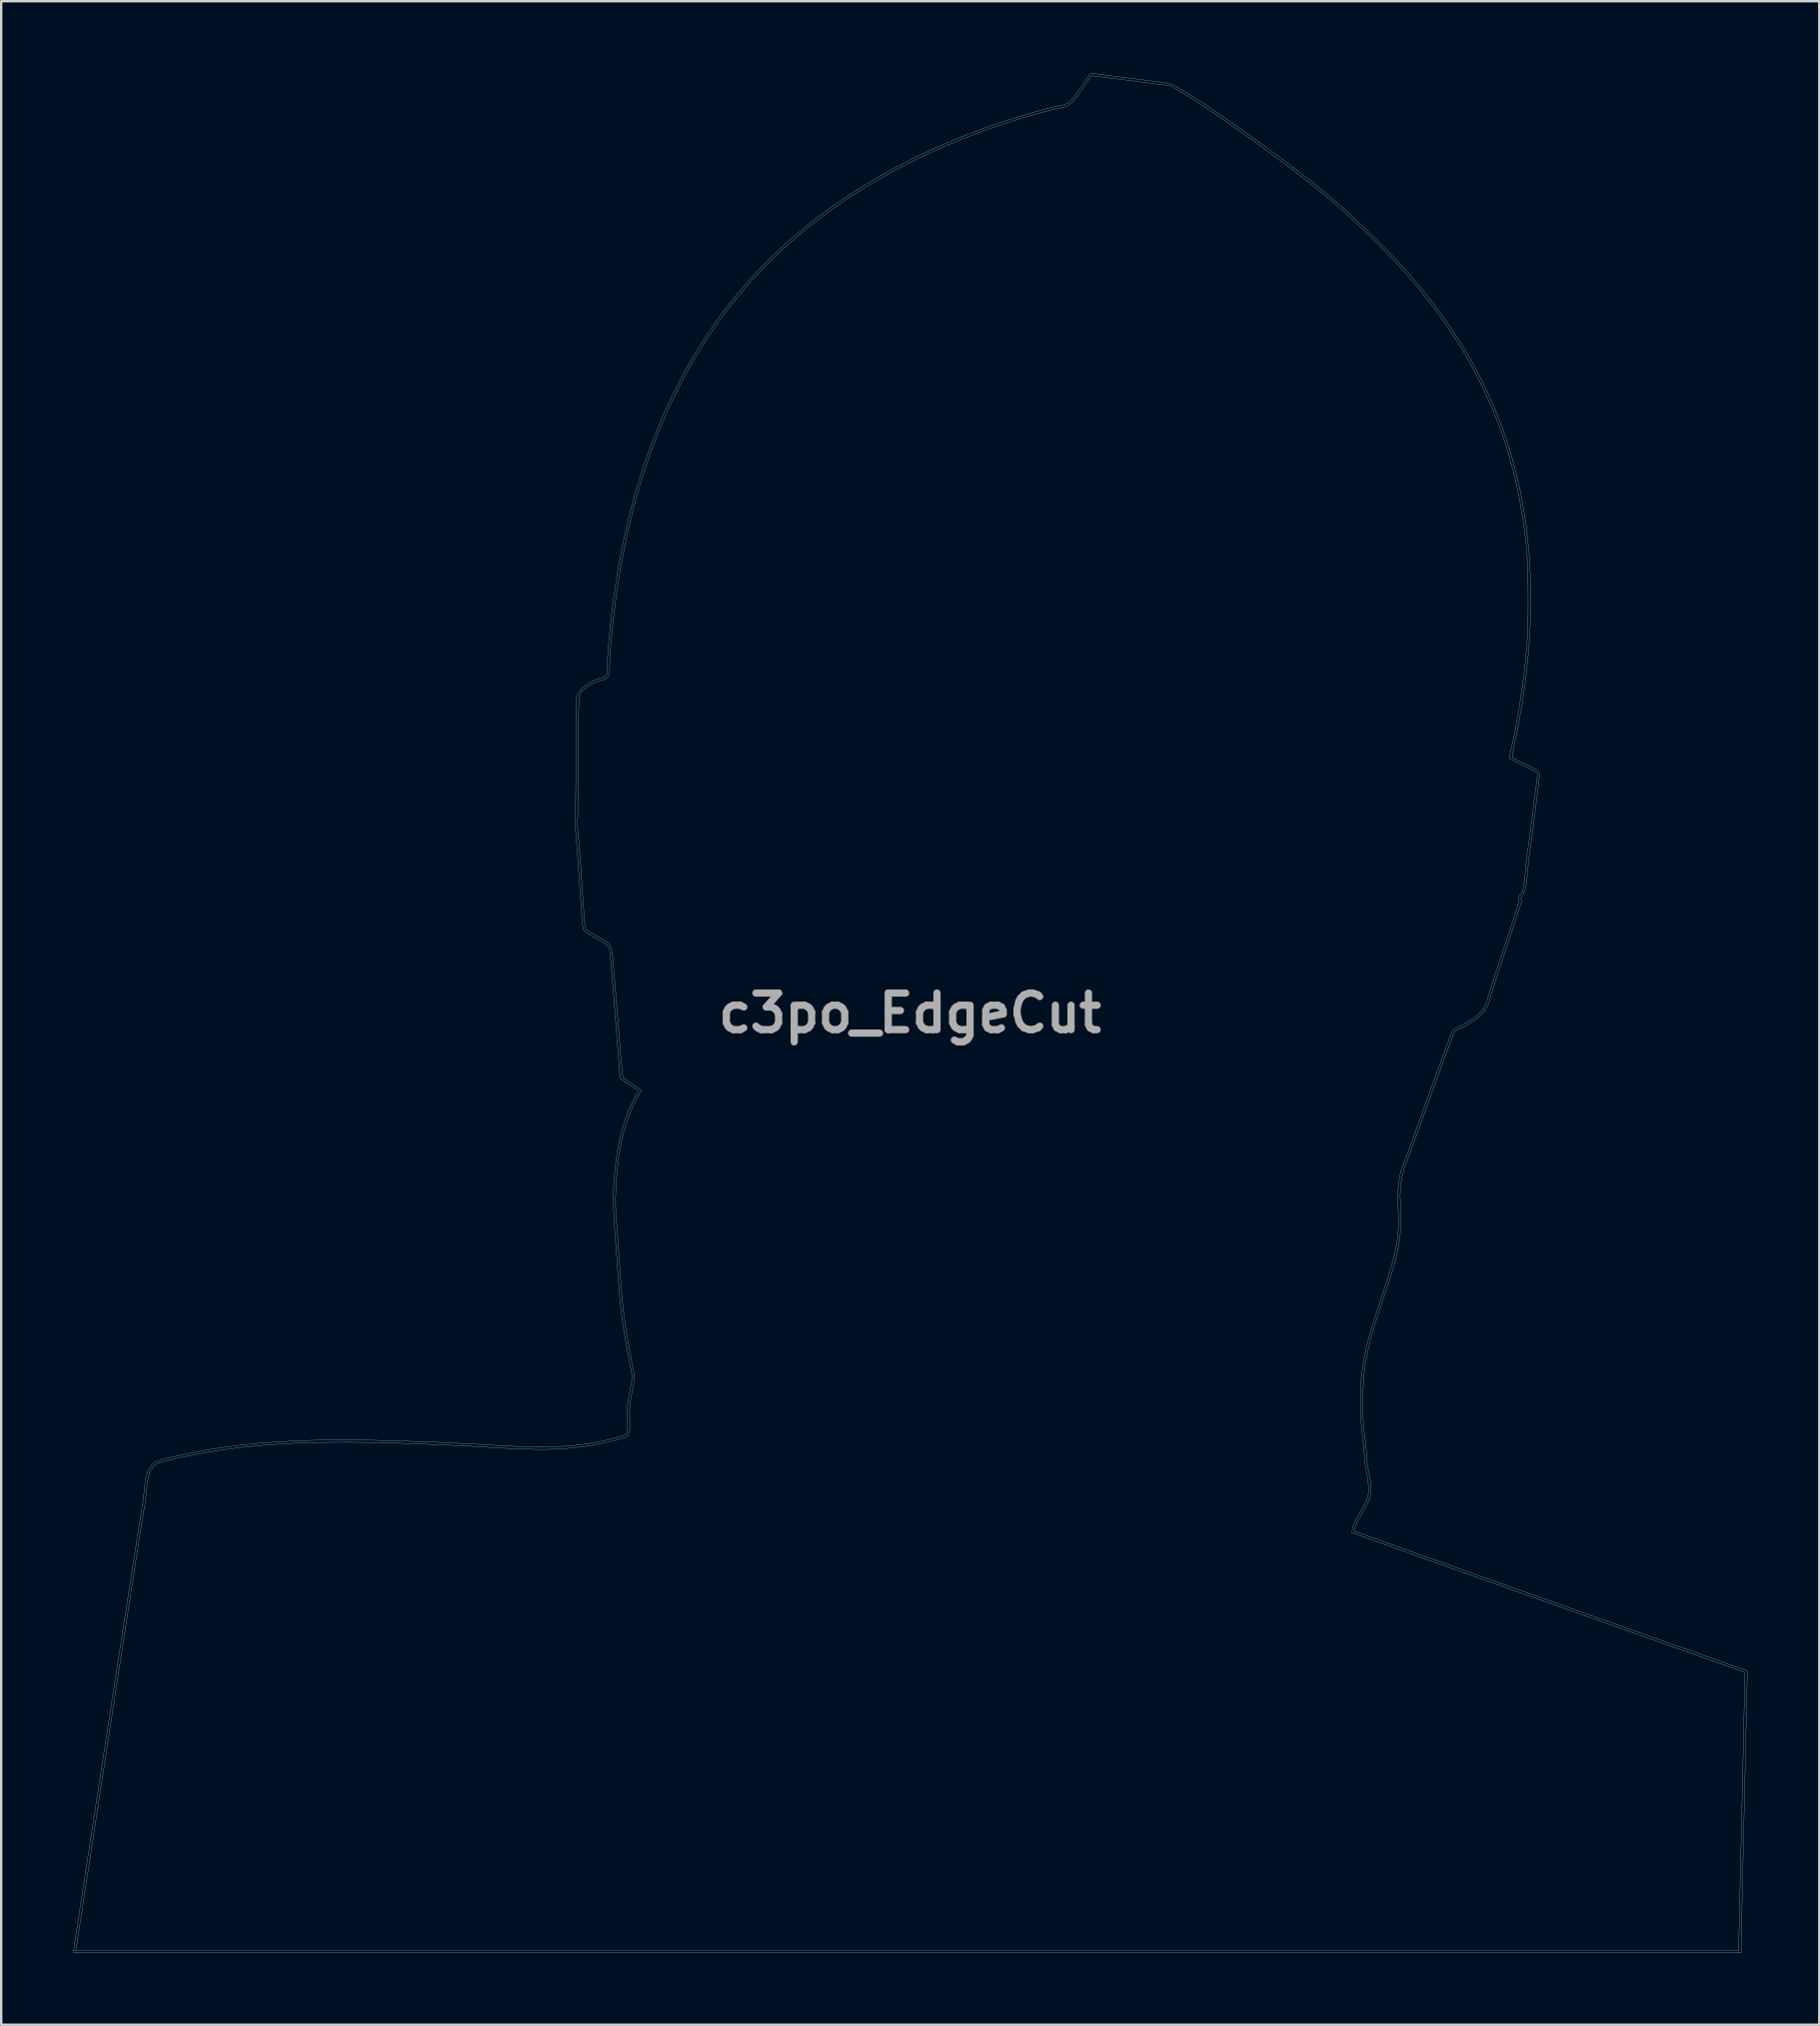
<source format=kicad_pcb>
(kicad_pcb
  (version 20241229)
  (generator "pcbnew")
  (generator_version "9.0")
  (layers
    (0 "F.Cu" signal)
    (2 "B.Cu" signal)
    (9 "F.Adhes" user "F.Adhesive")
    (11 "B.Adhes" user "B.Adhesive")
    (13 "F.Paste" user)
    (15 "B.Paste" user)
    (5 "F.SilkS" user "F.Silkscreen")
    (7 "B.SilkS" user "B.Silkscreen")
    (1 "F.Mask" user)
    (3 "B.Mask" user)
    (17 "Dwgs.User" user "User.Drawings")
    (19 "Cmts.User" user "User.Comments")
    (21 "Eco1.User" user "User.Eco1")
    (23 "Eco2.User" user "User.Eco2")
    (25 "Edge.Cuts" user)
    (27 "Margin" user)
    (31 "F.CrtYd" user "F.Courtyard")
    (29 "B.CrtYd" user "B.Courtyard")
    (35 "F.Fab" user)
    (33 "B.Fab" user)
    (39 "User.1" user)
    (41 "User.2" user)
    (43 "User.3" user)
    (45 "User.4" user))
  (footprint "c3po_EdgeCut"
    (layer "F.Cu")
    (at 34.885 39.18)
    (property "Reference" "c3po_EdgeCut" (at 0 0 0) (layer "F.Fab") (effects (font (size 1.524 1.524) (thickness 0.3))))
    (attr through_hole)
    (fp_poly (pts (xy 8.39 -39.068) (xy 8.644 -39.035) (xy 8.928 -39) (xy 9.225 -38.962) (xy 9.521 -38.925) (xy 9.798 -38.89) (xy 10.033 -38.861) (xy 10.257 -38.833) (xy 10.439 -38.81) (xy 10.586 -38.789) (xy 10.707 -38.768) (xy 10.809 -38.744) (xy 10.9 -38.715) (xy 10.988 -38.678) (xy 11.082 -38.631) (xy 11.188 -38.57) (xy 11.315 -38.495) (xy 11.468 -38.403) (xy 11.637 -38.301) (xy 11.802 -38.199) (xy 11.967 -38.096) (xy 12.135 -37.988) (xy 12.311 -37.873) (xy 12.499 -37.747) (xy 12.702 -37.609) (xy 12.925 -37.456) (xy 13.171 -37.284) (xy 13.445 -37.091) (xy 13.751 -36.876) (xy 14.092 -36.633) (xy 14.237 -36.53) (xy 14.812 -36.117) (xy 15.348 -35.726) (xy 15.848 -35.352) (xy 16.318 -34.993) (xy 16.761 -34.644) (xy 17.183 -34.302) (xy 17.587 -33.964) (xy 17.978 -33.625) (xy 18.361 -33.281) (xy 18.739 -32.931) (xy 19.118 -32.568) (xy 19.502 -32.191) (xy 19.547 -32.145) (xy 19.813 -31.878) (xy 20.048 -31.639) (xy 20.259 -31.42) (xy 20.452 -31.214) (xy 20.633 -31.016) (xy 20.809 -30.816) (xy 20.987 -30.61) (xy 21.172 -30.389) (xy 21.223 -30.328) (xy 21.861 -29.523) (xy 22.449 -28.71) (xy 22.989 -27.888) (xy 23.48 -27.053) (xy 23.923 -26.206) (xy 24.319 -25.345) (xy 24.67 -24.467) (xy 24.974 -23.572) (xy 25.234 -22.657) (xy 25.45 -21.722) (xy 25.622 -20.764) (xy 25.703 -20.193) (xy 25.805 -19.216) (xy 25.864 -18.216) (xy 25.881 -17.194) (xy 25.856 -16.154) (xy 25.789 -15.101) (xy 25.681 -14.036) (xy 25.531 -12.964) (xy 25.339 -11.888) (xy 25.231 -11.363) (xy 25.196 -11.196) (xy 25.165 -11.042) (xy 25.139 -10.908) (xy 25.121 -10.803) (xy 25.111 -10.736) (xy 25.11 -10.722) (xy 25.108 -10.636) (xy 25.527 -10.442) (xy 25.718 -10.351) (xy 25.872 -10.273) (xy 25.997 -10.203) (xy 26.104 -10.135) (xy 26.202 -10.063) (xy 26.218 -10.05) (xy 26.227 -10.041) (xy 26.233 -10.025) (xy 26.237 -9.999) (xy 26.238 -9.959) (xy 26.236 -9.902) (xy 26.23 -9.823) (xy 26.22 -9.719) (xy 26.205 -9.585) (xy 26.186 -9.419) (xy 26.161 -9.216) (xy 26.131 -8.972) (xy 26.095 -8.684) (xy 26.072 -8.494) (xy 26.037 -8.215) (xy 26.002 -7.946) (xy 25.97 -7.692) (xy 25.939 -7.459) (xy 25.912 -7.25) (xy 25.888 -7.072) (xy 25.868 -6.93) (xy 25.853 -6.828) (xy 25.845 -6.776) (xy 25.83 -6.684) (xy 25.813 -6.554) (xy 25.795 -6.4) (xy 25.779 -6.236) (xy 25.769 -6.128) (xy 25.746 -5.871) (xy 25.726 -5.658) (xy 25.706 -5.485) (xy 25.687 -5.344) (xy 25.666 -5.231) (xy 25.643 -5.139) (xy 25.617 -5.063) (xy 25.586 -4.997) (xy 25.549 -4.934) (xy 25.536 -4.914) (xy 25.487 -4.838) (xy 25.465 -4.792) (xy 25.465 -4.764) (xy 25.484 -4.743) (xy 25.485 -4.743) (xy 25.491 -4.734) (xy 25.494 -4.717) (xy 25.492 -4.689) (xy 25.484 -4.648) (xy 25.47 -4.589) (xy 25.448 -4.51) (xy 25.417 -4.408) (xy 25.377 -4.28) (xy 25.327 -4.123) (xy 25.266 -3.934) (xy 25.192 -3.71) (xy 25.105 -3.447) (xy 25.004 -3.143) (xy 24.888 -2.795) (xy 24.854 -2.692) (xy 24.751 -2.384) (xy 24.653 -2.088) (xy 24.561 -1.809) (xy 24.477 -1.551) (xy 24.4 -1.317) (xy 24.333 -1.11) (xy 24.277 -0.935) (xy 24.232 -0.795) (xy 24.201 -0.693) (xy 24.184 -0.634) (xy 24.181 -0.62) (xy 24.162 -0.505) (xy 24.11 -0.369) (xy 24.032 -0.223) (xy 23.934 -0.076) (xy 23.822 0.059) (xy 23.717 0.161) (xy 23.573 0.273) (xy 23.396 0.391) (xy 23.204 0.507) (xy 23.01 0.61) (xy 22.93 0.648) (xy 22.71 0.749) (xy 22.469 1.384) (xy 22.396 1.576) (xy 22.327 1.759) (xy 22.26 1.939) (xy 22.192 2.12) (xy 22.123 2.307) (xy 22.051 2.505) (xy 21.973 2.719) (xy 21.888 2.953) (xy 21.794 3.214) (xy 21.689 3.505) (xy 21.572 3.831) (xy 21.441 4.197) (xy 21.361 4.42) (xy 21.265 4.687) (xy 21.171 4.947) (xy 21.081 5.194) (xy 20.997 5.425) (xy 20.92 5.632) (xy 20.853 5.812) (xy 20.798 5.958) (xy 20.756 6.066) (xy 20.733 6.121) (xy 20.599 6.483) (xy 20.504 6.847) (xy 20.449 7.224) (xy 20.431 7.621) (xy 20.447 8.011) (xy 20.468 8.455) (xy 20.461 8.886) (xy 20.425 9.314) (xy 20.358 9.751) (xy 20.261 10.206) (xy 20.151 10.617) (xy 20.117 10.734) (xy 20.068 10.89) (xy 20.009 11.077) (xy 19.941 11.287) (xy 19.868 11.511) (xy 19.791 11.741) (xy 19.721 11.951) (xy 19.573 12.393) (xy 19.444 12.794) (xy 19.331 13.159) (xy 19.234 13.493) (xy 19.152 13.804) (xy 19.083 14.095) (xy 19.026 14.372) (xy 18.981 14.642) (xy 18.945 14.91) (xy 18.918 15.181) (xy 18.899 15.462) (xy 18.886 15.756) (xy 18.88 15.983) (xy 18.876 16.307) (xy 18.877 16.594) (xy 18.886 16.858) (xy 18.902 17.111) (xy 18.926 17.368) (xy 18.958 17.642) (xy 18.976 17.771) (xy 18.996 17.936) (xy 19.014 18.116) (xy 19.028 18.29) (xy 19.035 18.431) (xy 19.054 18.687) (xy 19.095 18.976) (xy 19.123 19.128) (xy 19.17 19.38) (xy 19.203 19.592) (xy 19.221 19.773) (xy 19.221 19.934) (xy 19.202 20.082) (xy 19.164 20.228) (xy 19.103 20.381) (xy 19.018 20.551) (xy 18.909 20.746) (xy 18.824 20.889) (xy 18.708 21.093) (xy 18.623 21.263) (xy 18.567 21.402) (xy 18.539 21.514) (xy 18.538 21.523) (xy 18.529 21.595) (xy 19.266 21.861) (xy 19.619 21.988) (xy 19.984 22.119) (xy 20.363 22.255) (xy 20.758 22.396) (xy 21.171 22.544) (xy 21.604 22.699) (xy 22.06 22.861) (xy 22.54 23.032) (xy 23.045 23.212) (xy 23.58 23.402) (xy 24.144 23.603) (xy 24.74 23.814) (xy 25.371 24.038) (xy 26.037 24.275) (xy 26.742 24.525) (xy 27.487 24.789) (xy 28.275 25.068) (xy 29.106 25.362) (xy 29.845 25.624) (xy 30.209 25.753) (xy 30.589 25.887) (xy 30.979 26.026) (xy 31.371 26.165) (xy 31.76 26.302) (xy 32.137 26.436) (xy 32.496 26.563) (xy 32.83 26.682) (xy 33.133 26.789) (xy 33.397 26.883) (xy 33.484 26.913) (xy 34.9 27.416) (xy 34.9 27.621) (xy 34.899 27.666) (xy 34.897 27.759) (xy 34.894 27.898) (xy 34.891 28.081) (xy 34.886 28.305) (xy 34.88 28.567) (xy 34.873 28.865) (xy 34.866 29.197) (xy 34.858 29.561) (xy 34.849 29.953) (xy 34.839 30.372) (xy 34.829 30.814) (xy 34.819 31.279) (xy 34.808 31.762) (xy 34.796 32.262) (xy 34.784 32.776) (xy 34.773 33.274) (xy 34.76 33.8) (xy 34.748 34.313) (xy 34.737 34.813) (xy 34.726 35.296) (xy 34.715 35.76) (xy 34.705 36.202) (xy 34.696 36.621) (xy 34.687 37.012) (xy 34.679 37.375) (xy 34.671 37.707) (xy 34.665 38.005) (xy 34.659 38.267) (xy 34.654 38.49) (xy 34.651 38.671) (xy 34.648 38.81) (xy 34.646 38.902) (xy 34.646 38.945) (xy 34.646 39.167) (xy -34.88 39.167) (xy -34.869 39.091) (xy -34.778 39.091) (xy 34.544 39.091) (xy 34.544 39.022) (xy 34.545 38.99) (xy 34.546 38.91) (xy 34.549 38.784) (xy 34.553 38.614) (xy 34.558 38.402) (xy 34.563 38.152) (xy 34.57 37.865) (xy 34.577 37.544) (xy 34.585 37.19) (xy 34.594 36.807) (xy 34.604 36.397) (xy 34.614 35.962) (xy 34.624 35.504) (xy 34.635 35.027) (xy 34.647 34.531) (xy 34.659 34.02) (xy 34.671 33.495) (xy 34.672 33.465) (xy 34.684 32.937) (xy 34.696 32.421) (xy 34.707 31.919) (xy 34.718 31.433) (xy 34.729 30.966) (xy 34.738 30.52) (xy 34.748 30.098) (xy 34.756 29.702) (xy 34.764 29.335) (xy 34.771 29) (xy 34.777 28.697) (xy 34.782 28.431) (xy 34.786 28.204) (xy 34.789 28.017) (xy 34.791 27.874) (xy 34.792 27.776) (xy 34.792 27.728) (xy 34.785 27.477) (xy 33.718 27.098) (xy 33.54 27.035) (xy 33.319 26.956) (xy 33.06 26.865) (xy 32.769 26.761) (xy 32.451 26.648) (xy 32.111 26.528) (xy 31.753 26.401) (xy 31.384 26.27) (xy 31.009 26.137) (xy 30.632 26.004) (xy 30.259 25.872) (xy 30.137 25.829) (xy 29.231 25.508) (xy 28.356 25.198) (xy 27.513 24.899) (xy 26.701 24.611) (xy 25.923 24.335) (xy 25.179 24.071) (xy 24.469 23.819) (xy 23.794 23.579) (xy 23.156 23.352) (xy 22.554 23.138) (xy 21.99 22.937) (xy 21.464 22.75) (xy 20.977 22.576) (xy 20.531 22.417) (xy 20.124 22.272) (xy 19.76 22.141) (xy 19.437 22.025) (xy 19.157 21.925) (xy 18.921 21.84) (xy 18.73 21.77) (xy 18.584 21.716) (xy 18.483 21.679) (xy 18.429 21.658) (xy 18.42 21.654) (xy 18.422 21.628) (xy 18.433 21.565) (xy 18.451 21.48) (xy 18.452 21.476) (xy 18.48 21.376) (xy 18.519 21.269) (xy 18.573 21.149) (xy 18.646 21.008) (xy 18.742 20.838) (xy 18.842 20.667) (xy 18.937 20.505) (xy 19.007 20.374) (xy 19.055 20.263) (xy 19.086 20.16) (xy 19.103 20.053) (xy 19.11 19.931) (xy 19.11 19.812) (xy 19.104 19.646) (xy 19.088 19.478) (xy 19.059 19.291) (xy 19.026 19.113) (xy 18.971 18.792) (xy 18.941 18.512) (xy 18.937 18.415) (xy 18.929 18.276) (xy 18.916 18.108) (xy 18.899 17.929) (xy 18.879 17.761) (xy 18.876 17.742) (xy 18.83 17.364) (xy 18.798 17.009) (xy 18.78 16.659) (xy 18.775 16.296) (xy 18.779 15.951) (xy 18.786 15.713) (xy 18.794 15.513) (xy 18.803 15.339) (xy 18.817 15.179) (xy 18.834 15.019) (xy 18.858 14.849) (xy 18.888 14.654) (xy 18.913 14.503) (xy 18.949 14.296) (xy 18.991 14.088) (xy 19.04 13.873) (xy 19.097 13.646) (xy 19.164 13.402) (xy 19.241 13.135) (xy 19.332 12.839) (xy 19.437 12.51) (xy 19.558 12.141) (xy 19.621 11.951) (xy 19.761 11.528) (xy 19.883 11.147) (xy 19.989 10.805) (xy 20.08 10.495) (xy 20.156 10.214) (xy 20.219 9.955) (xy 20.269 9.716) (xy 20.307 9.49) (xy 20.335 9.274) (xy 20.353 9.061) (xy 20.363 8.848) (xy 20.364 8.629) (xy 20.36 8.4) (xy 20.356 8.306) (xy 20.344 7.959) (xy 20.341 7.656) (xy 20.347 7.388) (xy 20.363 7.149) (xy 20.39 6.932) (xy 20.428 6.729) (xy 20.48 6.534) (xy 20.546 6.338) (xy 20.626 6.136) (xy 20.634 6.118) (xy 20.663 6.046) (xy 20.707 5.931) (xy 20.764 5.778) (xy 20.833 5.594) (xy 20.911 5.382) (xy 20.996 5.148) (xy 21.087 4.898) (xy 21.182 4.636) (xy 21.259 4.42) (xy 21.458 3.866) (xy 21.644 3.349) (xy 21.817 2.871) (xy 21.977 2.432) (xy 22.122 2.035) (xy 22.253 1.681) (xy 22.368 1.372) (xy 22.468 1.109) (xy 22.474 1.092) (xy 22.625 0.699) (xy 22.99 0.507) (xy 23.176 0.408) (xy 23.325 0.325) (xy 23.445 0.251) (xy 23.546 0.18) (xy 23.635 0.107) (xy 23.723 0.026) (xy 23.75 -0.001) (xy 23.903 -0.19) (xy 24.018 -0.41) (xy 24.091 -0.648) (xy 24.105 -0.7) (xy 24.133 -0.796) (xy 24.176 -0.932) (xy 24.23 -1.104) (xy 24.296 -1.308) (xy 24.371 -1.539) (xy 24.454 -1.794) (xy 24.545 -2.069) (xy 24.641 -2.359) (xy 24.741 -2.66) (xy 24.764 -2.729) (xy 24.88 -3.078) (xy 24.981 -3.382) (xy 25.068 -3.645) (xy 25.142 -3.869) (xy 25.204 -4.057) (xy 25.254 -4.214) (xy 25.294 -4.343) (xy 25.325 -4.445) (xy 25.348 -4.526) (xy 25.363 -4.588) (xy 25.372 -4.634) (xy 25.376 -4.668) (xy 25.375 -4.692) (xy 25.371 -4.711) (xy 25.369 -4.716) (xy 25.355 -4.769) (xy 25.359 -4.813) (xy 25.389 -4.867) (xy 25.417 -4.908) (xy 25.468 -4.982) (xy 25.509 -5.047) (xy 25.523 -5.071) (xy 25.546 -5.139) (xy 25.571 -5.249) (xy 25.596 -5.396) (xy 25.619 -5.57) (xy 25.64 -5.764) (xy 25.653 -5.905) (xy 25.674 -6.162) (xy 25.695 -6.385) (xy 25.715 -6.571) (xy 25.735 -6.715) (xy 25.752 -6.814) (xy 25.756 -6.833) (xy 25.764 -6.873) (xy 25.776 -6.96) (xy 25.794 -7.087) (xy 25.817 -7.251) (xy 25.842 -7.447) (xy 25.872 -7.669) (xy 25.903 -7.914) (xy 25.937 -8.177) (xy 25.971 -8.445) (xy 26.162 -9.97) (xy 26.092 -10.027) (xy 26.006 -10.089) (xy 25.881 -10.162) (xy 25.714 -10.249) (xy 25.503 -10.351) (xy 25.369 -10.413) (xy 25.245 -10.471) (xy 25.138 -10.523) (xy 25.055 -10.566) (xy 25.005 -10.594) (xy 24.996 -10.601) (xy 24.989 -10.644) (xy 24.999 -10.73) (xy 25.021 -10.833) (xy 25.109 -11.22) (xy 25.198 -11.647) (xy 25.284 -12.103) (xy 25.367 -12.579) (xy 25.445 -13.063) (xy 25.517 -13.545) (xy 25.58 -14.014) (xy 25.632 -14.46) (xy 25.665 -14.783) (xy 25.688 -15.041) (xy 25.708 -15.267) (xy 25.724 -15.471) (xy 25.737 -15.66) (xy 25.747 -15.842) (xy 25.755 -16.026) (xy 25.76 -16.22) (xy 25.764 -16.431) (xy 25.766 -16.669) (xy 25.767 -16.941) (xy 25.767 -17.256) (xy 25.767 -17.259) (xy 25.766 -17.672) (xy 25.762 -18.043) (xy 25.755 -18.379) (xy 25.744 -18.689) (xy 25.728 -18.982) (xy 25.708 -19.266) (xy 25.682 -19.548) (xy 25.651 -19.838) (xy 25.613 -20.144) (xy 25.568 -20.473) (xy 25.564 -20.498) (xy 25.403 -21.466) (xy 25.196 -22.414) (xy 24.943 -23.343) (xy 24.644 -24.254) (xy 24.298 -25.147) (xy 23.905 -26.023) (xy 23.464 -26.883) (xy 22.976 -27.729) (xy 22.44 -28.561) (xy 21.854 -29.379) (xy 21.22 -30.186) (xy 21.14 -30.282) (xy 20.921 -30.542) (xy 20.711 -30.785) (xy 20.503 -31.019) (xy 20.289 -31.252) (xy 20.061 -31.493) (xy 19.812 -31.75) (xy 19.533 -32.031) (xy 19.483 -32.081) (xy 19.118 -32.442) (xy 18.757 -32.788) (xy 18.397 -33.124) (xy 18.034 -33.452) (xy 17.663 -33.776) (xy 17.28 -34.1) (xy 16.88 -34.427) (xy 16.461 -34.76) (xy 16.017 -35.103) (xy 15.544 -35.46) (xy 15.038 -35.833) (xy 14.495 -36.227) (xy 14.161 -36.466) (xy 13.76 -36.751) (xy 13.397 -37.008) (xy 13.066 -37.24) (xy 12.766 -37.448) (xy 12.491 -37.635) (xy 12.239 -37.804) (xy 12.006 -37.958) (xy 11.788 -38.098) (xy 11.581 -38.226) (xy 11.382 -38.347) (xy 11.187 -38.461) (xy 11.178 -38.466) (xy 10.846 -38.658) (xy 9.217 -38.866) (xy 7.587 -39.074) (xy 7.513 -38.987) (xy 7.475 -38.938) (xy 7.416 -38.855) (xy 7.34 -38.747) (xy 7.256 -38.622) (xy 7.178 -38.506) (xy 7.028 -38.289) (xy 6.893 -38.113) (xy 6.768 -37.976) (xy 6.649 -37.873) (xy 6.53 -37.801) (xy 6.407 -37.753) (xy 6.282 -37.729) (xy 6.159 -37.708) (xy 5.993 -37.672) (xy 5.79 -37.623) (xy 5.557 -37.562) (xy 5.299 -37.49) (xy 5.021 -37.411) (xy 4.729 -37.324) (xy 4.429 -37.233) (xy 4.127 -37.137) (xy 3.828 -37.041) (xy 3.538 -36.944) (xy 3.263 -36.848) (xy 3.162 -36.812) (xy 2.1 -36.407) (xy 1.071 -35.969) (xy 0.078 -35.499) (xy -0.88 -34.997) (xy -1.8 -34.463) (xy -2.684 -33.898) (xy -3.529 -33.303) (xy -4.335 -32.679) (xy -5.101 -32.025) (xy -5.826 -31.342) (xy -6.509 -30.631) (xy -6.781 -30.328) (xy -7.423 -29.557) (xy -8.027 -28.752) (xy -8.594 -27.913) (xy -9.123 -27.04) (xy -9.615 -26.132) (xy -10.07 -25.191) (xy -10.488 -24.215) (xy -10.868 -23.205) (xy -11.211 -22.16) (xy -11.517 -21.081) (xy -11.786 -19.967) (xy -12.017 -18.818) (xy -12.114 -18.262) (xy -12.169 -17.915) (xy -12.223 -17.55) (xy -12.274 -17.174) (xy -12.322 -16.794) (xy -12.367 -16.415) (xy -12.407 -16.044) (xy -12.443 -15.689) (xy -12.472 -15.354) (xy -12.496 -15.046) (xy -12.512 -14.772) (xy -12.521 -14.539) (xy -12.522 -14.433) (xy -12.524 -14.299) (xy -12.531 -14.203) (xy -12.545 -14.131) (xy -12.568 -14.069) (xy -12.574 -14.056) (xy -12.599 -14.007) (xy -12.624 -13.971) (xy -12.657 -13.944) (xy -12.71 -13.92) (xy -12.79 -13.893) (xy -12.909 -13.858) (xy -12.929 -13.852) (xy -13.186 -13.757) (xy -13.41 -13.633) (xy -13.595 -13.482) (xy -13.605 -13.472) (xy -13.64 -13.438) (xy -13.67 -13.408) (xy -13.697 -13.378) (xy -13.721 -13.347) (xy -13.741 -13.311) (xy -13.758 -13.266) (xy -13.772 -13.21) (xy -13.784 -13.139) (xy -13.794 -13.05) (xy -13.802 -12.94) (xy -13.808 -12.807) (xy -13.812 -12.646) (xy -13.815 -12.455) (xy -13.817 -12.231) (xy -13.818 -11.97) (xy -13.818 -11.669) (xy -13.818 -11.326) (xy -13.818 -10.937) (xy -13.819 -10.695) (xy -13.819 -10.274) (xy -13.819 -9.901) (xy -13.82 -9.573) (xy -13.821 -9.287) (xy -13.823 -9.041) (xy -13.825 -8.831) (xy -13.827 -8.655) (xy -13.83 -8.51) (xy -13.834 -8.393) (xy -13.838 -8.301) (xy -13.843 -8.232) (xy -13.848 -8.182) (xy -13.854 -8.15) (xy -13.868 -8.079) (xy -13.875 -8.006) (xy -13.874 -7.918) (xy -13.866 -7.803) (xy -13.855 -7.68) (xy -13.839 -7.524) (xy -13.823 -7.346) (xy -13.806 -7.143) (xy -13.787 -6.911) (xy -13.767 -6.647) (xy -13.745 -6.347) (xy -13.721 -6.007) (xy -13.694 -5.624) (xy -13.665 -5.194) (xy -13.642 -4.863) (xy -13.623 -4.578) (xy -13.606 -4.337) (xy -13.592 -4.135) (xy -13.58 -3.969) (xy -13.568 -3.834) (xy -13.558 -3.728) (xy -13.548 -3.647) (xy -13.538 -3.586) (xy -13.528 -3.542) (xy -13.517 -3.511) (xy -13.505 -3.49) (xy -13.491 -3.474) (xy -13.475 -3.46) (xy -13.457 -3.447) (xy -13.404 -3.409) (xy -13.316 -3.355) (xy -13.205 -3.291) (xy -13.081 -3.225) (xy -13.051 -3.209) (xy -12.866 -3.11) (xy -12.722 -3.022) (xy -12.613 -2.941) (xy -12.531 -2.861) (xy -12.47 -2.779) (xy -12.461 -2.762) (xy -12.452 -2.741) (xy -12.444 -2.712) (xy -12.436 -2.672) (xy -12.427 -2.619) (xy -12.417 -2.549) (xy -12.407 -2.46) (xy -12.395 -2.348) (xy -12.382 -2.211) (xy -12.368 -2.046) (xy -12.351 -1.849) (xy -12.331 -1.619) (xy -12.31 -1.351) (xy -12.285 -1.044) (xy -12.257 -0.693) (xy -12.226 -0.297) (xy -12.204 -0.022) (xy -12.17 0.407) (xy -12.14 0.788) (xy -12.113 1.125) (xy -12.089 1.419) (xy -12.068 1.674) (xy -12.05 1.893) (xy -12.033 2.078) (xy -12.019 2.232) (xy -12.006 2.358) (xy -11.995 2.459) (xy -11.986 2.538) (xy -11.977 2.598) (xy -11.968 2.641) (xy -11.96 2.67) (xy -11.953 2.689) (xy -11.947 2.697) (xy -11.91 2.729) (xy -11.838 2.782) (xy -11.742 2.85) (xy -11.629 2.927) (xy -11.57 2.966) (xy -11.454 3.041) (xy -11.354 3.108) (xy -11.276 3.161) (xy -11.228 3.194) (xy -11.217 3.202) (xy -11.218 3.232) (xy -11.242 3.292) (xy -11.283 3.368) (xy -11.284 3.37) (xy -11.481 3.732) (xy -11.66 4.135) (xy -11.818 4.569) (xy -11.952 5.026) (xy -12.025 5.334) (xy -12.093 5.691) (xy -12.152 6.079) (xy -12.2 6.487) (xy -12.237 6.903) (xy -12.262 7.317) (xy -12.274 7.717) (xy -12.272 8.092) (xy -12.256 8.43) (xy -12.253 8.458) (xy -12.245 8.568) (xy -12.233 8.723) (xy -12.219 8.914) (xy -12.203 9.135) (xy -12.186 9.378) (xy -12.167 9.637) (xy -12.149 9.906) (xy -12.13 10.175) (xy -12.129 10.186) (xy -12.098 10.627) (xy -12.069 11.022) (xy -12.042 11.379) (xy -12.015 11.704) (xy -11.987 12.002) (xy -11.959 12.279) (xy -11.929 12.543) (xy -11.897 12.797) (xy -11.861 13.05) (xy -11.821 13.306) (xy -11.777 13.572) (xy -11.727 13.854) (xy -11.671 14.158) (xy -11.608 14.489) (xy -11.583 14.618) (xy -11.551 14.782) (xy -11.527 14.914) (xy -11.509 15.025) (xy -11.5 15.122) (xy -11.498 15.216) (xy -11.505 15.314) (xy -11.52 15.427) (xy -11.543 15.563) (xy -11.575 15.732) (xy -11.612 15.926) (xy -11.637 16.059) (xy -11.656 16.177) (xy -11.671 16.287) (xy -11.68 16.399) (xy -11.686 16.523) (xy -11.688 16.666) (xy -11.688 16.839) (xy -11.684 17.051) (xy -11.683 17.133) (xy -11.683 17.313) (xy -11.693 17.449) (xy -11.715 17.548) (xy -11.75 17.615) (xy -11.8 17.659) (xy -11.832 17.674) (xy -11.994 17.728) (xy -12.196 17.786) (xy -12.43 17.845) (xy -12.685 17.904) (xy -12.951 17.959) (xy -13.219 18.009) (xy -13.478 18.052) (xy -13.703 18.084) (xy -13.945 18.112) (xy -14.181 18.136) (xy -14.418 18.155) (xy -14.658 18.169) (xy -14.907 18.179) (xy -15.169 18.184) (xy -15.448 18.185) (xy -15.749 18.181) (xy -16.075 18.172) (xy -16.433 18.159) (xy -16.825 18.141) (xy -17.256 18.118) (xy -17.73 18.091) (xy -18.034 18.072) (xy -18.298 18.056) (xy -18.582 18.041) (xy -18.875 18.025) (xy -19.163 18.011) (xy -19.434 17.998) (xy -19.676 17.988) (xy -19.812 17.983) (xy -20.046 17.975) (xy -20.3 17.966) (xy -20.56 17.956) (xy -20.81 17.947) (xy -21.037 17.938) (xy -21.196 17.932) (xy -21.754 17.913) (xy -22.329 17.899) (xy -22.912 17.891) (xy -23.496 17.888) (xy -24.072 17.891) (xy -24.632 17.898) (xy -25.169 17.911) (xy -25.674 17.929) (xy -26.138 17.952) (xy -26.251 17.959) (xy -27.142 18.027) (xy -28.012 18.119) (xy -28.856 18.234) (xy -29.668 18.371) (xy -30.442 18.53) (xy -30.961 18.653) (xy -31.119 18.694) (xy -31.237 18.726) (xy -31.322 18.752) (xy -31.384 18.777) (xy -31.43 18.803) (xy -31.469 18.834) (xy -31.498 18.862) (xy -31.576 18.949) (xy -31.641 19.047) (xy -31.694 19.163) (xy -31.738 19.302) (xy -31.774 19.472) (xy -31.804 19.678) (xy -31.83 19.927) (xy -31.836 20.003) (xy -31.852 20.167) (xy -31.872 20.334) (xy -31.894 20.488) (xy -31.916 20.615) (xy -31.926 20.663) (xy -31.934 20.705) (xy -31.949 20.795) (xy -31.971 20.932) (xy -32 21.114) (xy -32.036 21.338) (xy -32.078 21.604) (xy -32.126 21.909) (xy -32.18 22.251) (xy -32.239 22.628) (xy -32.303 23.04) (xy -32.372 23.483) (xy -32.445 23.956) (xy -32.523 24.458) (xy -32.605 24.986) (xy -32.69 25.538) (xy -32.779 26.113) (xy -32.871 26.709) (xy -32.966 27.324) (xy -33.063 27.956) (xy -33.163 28.604) (xy -33.265 29.265) (xy -33.364 29.909) (xy -33.467 30.579) (xy -33.568 31.237) (xy -33.666 31.881) (xy -33.763 32.509) (xy -33.857 33.119) (xy -33.947 33.709) (xy -34.035 34.278) (xy -34.118 34.823) (xy -34.198 35.343) (xy -34.274 35.837) (xy -34.346 36.302) (xy -34.413 36.736) (xy -34.474 37.138) (xy -34.531 37.506) (xy -34.582 37.838) (xy -34.628 38.132) (xy -34.667 38.388) (xy -34.7 38.601) (xy -34.726 38.772) (xy -34.746 38.898) (xy -34.758 38.977) (xy -34.763 39.008) (xy -34.778 39.091) (xy -34.869 39.091) (xy -34.862 39.046) (xy -34.846 38.934) (xy -34.823 38.778) (xy -34.793 38.58) (xy -34.756 38.341) (xy -34.714 38.065) (xy -34.667 37.753) (xy -34.614 37.407) (xy -34.556 37.029) (xy -34.494 36.623) (xy -34.427 36.189) (xy -34.357 35.73) (xy -34.283 35.249) (xy -34.206 34.746) (xy -34.125 34.225) (xy -34.043 33.688) (xy -33.958 33.136) (xy -33.871 32.573) (xy -33.783 31.999) (xy -33.693 31.418) (xy -33.602 30.831) (xy -33.511 30.24) (xy -33.42 29.648) (xy -33.329 29.057) (xy -33.238 28.469) (xy -33.148 27.887) (xy -33.059 27.311) (xy -32.971 26.745) (xy -32.885 26.19) (xy -32.802 25.649) (xy -32.72 25.125) (xy -32.642 24.618) (xy -32.566 24.131) (xy -32.494 23.667) (xy -32.426 23.227) (xy -32.362 22.814) (xy -32.302 22.43) (xy -32.247 22.077) (xy -32.197 21.757) (xy -32.153 21.472) (xy -32.114 21.224) (xy -32.081 21.017) (xy -32.055 20.851) (xy -32.035 20.728) (xy -32.023 20.652) (xy -32.018 20.625) (xy -32.006 20.578) (xy -31.995 20.528) (xy -31.985 20.469) (xy -31.974 20.392) (xy -31.963 20.294) (xy -31.949 20.166) (xy -31.933 20.004) (xy -31.913 19.8) (xy -31.903 19.691) (xy -31.886 19.556) (xy -31.865 19.419) (xy -31.841 19.302) (xy -31.826 19.245) (xy -31.776 19.116) (xy -31.707 18.983) (xy -31.629 18.862) (xy -31.55 18.766) (xy -31.501 18.723) (xy -31.442 18.695) (xy -31.339 18.659) (xy -31.196 18.617) (xy -31.02 18.57) (xy -30.815 18.519) (xy -30.587 18.466) (xy -30.341 18.411) (xy -30.083 18.357) (xy -29.818 18.304) (xy -29.552 18.253) (xy -29.29 18.206) (xy -29.037 18.164) (xy -28.956 18.151) (xy -28.084 18.031) (xy -27.173 17.935) (xy -26.223 17.863) (xy -25.233 17.815) (xy -24.201 17.791) (xy -23.126 17.791) (xy -22.473 17.802) (xy -21.57 17.826) (xy -20.714 17.852) (xy -19.905 17.882) (xy -19.143 17.915) (xy -18.431 17.952) (xy -17.894 17.983) (xy -17.37 18.015) (xy -16.891 18.041) (xy -16.454 18.061) (xy -16.054 18.075) (xy -15.687 18.084) (xy -15.348 18.086) (xy -15.032 18.083) (xy -14.736 18.074) (xy -14.455 18.06) (xy -14.184 18.04) (xy -13.919 18.014) (xy -13.741 17.993) (xy -13.493 17.959) (xy -13.232 17.917) (xy -12.975 17.869) (xy -12.738 17.82) (xy -12.536 17.771) (xy -12.535 17.771) (xy -12.398 17.735) (xy -12.245 17.695) (xy -12.108 17.659) (xy -12.09 17.654) (xy -11.986 17.623) (xy -11.896 17.589) (xy -11.836 17.558) (xy -11.825 17.55) (xy -11.808 17.527) (xy -11.795 17.493) (xy -11.785 17.442) (xy -11.779 17.369) (xy -11.776 17.268) (xy -11.775 17.135) (xy -11.777 16.963) (xy -11.781 16.748) (xy -11.783 16.65) (xy -11.78 16.437) (xy -11.763 16.238) (xy -11.749 16.154) (xy -11.73 16.049) (xy -11.705 15.909) (xy -11.677 15.752) (xy -11.65 15.593) (xy -11.643 15.553) (xy -11.576 15.168) (xy -11.693 14.55) (xy -11.76 14.196) (xy -11.819 13.874) (xy -11.871 13.579) (xy -11.917 13.304) (xy -11.958 13.043) (xy -11.995 12.788) (xy -12.028 12.534) (xy -12.058 12.274) (xy -12.086 12) (xy -12.112 11.708) (xy -12.139 11.39) (xy -12.166 11.039) (xy -12.194 10.649) (xy -12.218 10.3) (xy -12.236 10.045) (xy -12.254 9.787) (xy -12.271 9.535) (xy -12.288 9.297) (xy -12.304 9.081) (xy -12.318 8.897) (xy -12.329 8.752) (xy -12.332 8.712) (xy -12.365 8.053) (xy -12.361 7.386) (xy -12.344 7.048) (xy -12.292 6.438) (xy -12.218 5.87) (xy -12.123 5.342) (xy -12.004 4.852) (xy -11.862 4.394) (xy -11.695 3.968) (xy -11.503 3.568) (xy -11.452 3.473) (xy -11.4 3.379) (xy -11.359 3.302) (xy -11.334 3.253) (xy -11.328 3.241) (xy -11.349 3.224) (xy -11.403 3.188) (xy -11.481 3.138) (xy -11.525 3.11) (xy -11.625 3.047) (xy -11.732 2.975) (xy -11.838 2.9) (xy -11.935 2.829) (xy -12.015 2.767) (xy -12.069 2.721) (xy -12.09 2.696) (xy -12.09 2.696) (xy -12.092 2.669) (xy -12.097 2.595) (xy -12.106 2.476) (xy -12.118 2.317) (xy -12.133 2.121) (xy -12.151 1.891) (xy -12.171 1.631) (xy -12.193 1.343) (xy -12.217 1.031) (xy -12.243 0.699) (xy -12.27 0.349) (xy -12.294 0.038) (xy -12.329 -0.41) (xy -12.361 -0.81) (xy -12.389 -1.164) (xy -12.414 -1.474) (xy -12.437 -1.743) (xy -12.457 -1.974) (xy -12.474 -2.168) (xy -12.49 -2.328) (xy -12.503 -2.457) (xy -12.515 -2.556) (xy -12.525 -2.629) (xy -12.534 -2.677) (xy -12.541 -2.701) (xy -12.581 -2.772) (xy -12.643 -2.841) (xy -12.732 -2.912) (xy -12.855 -2.991) (xy -13.016 -3.081) (xy -13.101 -3.125) (xy -13.227 -3.193) (xy -13.347 -3.262) (xy -13.448 -3.326) (xy -13.517 -3.377) (xy -13.523 -3.381) (xy -13.549 -3.403) (xy -13.571 -3.421) (xy -13.589 -3.44) (xy -13.605 -3.463) (xy -13.618 -3.496) (xy -13.63 -3.542) (xy -13.641 -3.605) (xy -13.651 -3.689) (xy -13.662 -3.799) (xy -13.674 -3.938) (xy -13.687 -4.112) (xy -13.701 -4.323) (xy -13.719 -4.576) (xy -13.74 -4.876) (xy -13.741 -4.902) (xy -13.769 -5.298) (xy -13.793 -5.648) (xy -13.815 -5.955) (xy -13.834 -6.225) (xy -13.851 -6.461) (xy -13.866 -6.668) (xy -13.88 -6.85) (xy -13.893 -7.011) (xy -13.905 -7.156) (xy -13.916 -7.288) (xy -13.927 -7.413) (xy -13.935 -7.502) (xy -13.948 -7.659) (xy -13.956 -7.807) (xy -13.96 -7.933) (xy -13.96 -8.027) (xy -13.957 -8.061) (xy -13.954 -8.104) (xy -13.951 -8.195) (xy -13.948 -8.329) (xy -13.945 -8.503) (xy -13.942 -8.713) (xy -13.939 -8.956) (xy -13.936 -9.227) (xy -13.933 -9.523) (xy -13.93 -9.841) (xy -13.927 -10.176) (xy -13.924 -10.525) (xy -13.923 -10.681) (xy -13.906 -13.17) (xy -13.836 -13.314) (xy -13.739 -13.461) (xy -13.6 -13.602) (xy -13.429 -13.73) (xy -13.233 -13.84) (xy -13.023 -13.925) (xy -12.903 -13.959) (xy -12.789 -13.991) (xy -12.711 -14.031) (xy -12.662 -14.087) (xy -12.635 -14.168) (xy -12.625 -14.285) (xy -12.624 -14.371) (xy -12.62 -14.532) (xy -12.611 -14.736) (xy -12.596 -14.977) (xy -12.575 -15.247) (xy -12.551 -15.539) (xy -12.522 -15.848) (xy -12.491 -16.165) (xy -12.456 -16.484) (xy -12.42 -16.798) (xy -12.383 -17.1) (xy -12.369 -17.209) (xy -12.189 -18.405) (xy -11.971 -19.568) (xy -11.715 -20.697) (xy -11.422 -21.792) (xy -11.091 -22.853) (xy -10.722 -23.88) (xy -10.315 -24.874) (xy -9.871 -25.833) (xy -9.389 -26.759) (xy -8.869 -27.65) (xy -8.311 -28.508) (xy -7.716 -29.331) (xy -7.234 -29.94) (xy -6.587 -30.685) (xy -5.899 -31.402) (xy -5.17 -32.089) (xy -4.4 -32.747) (xy -3.591 -33.376) (xy -2.743 -33.974) (xy -1.856 -34.541) (xy -0.932 -35.077) (xy 0.029 -35.581) (xy 1.027 -36.054) (xy 2.06 -36.493) (xy 3.128 -36.9) (xy 3.416 -37.002) (xy 3.657 -37.084) (xy 3.916 -37.17) (xy 4.189 -37.257) (xy 4.468 -37.343) (xy 4.748 -37.428) (xy 5.024 -37.51) (xy 5.288 -37.585) (xy 5.535 -37.654) (xy 5.758 -37.714) (xy 5.953 -37.763) (xy 6.112 -37.799) (xy 6.23 -37.821) (xy 6.241 -37.823) (xy 6.363 -37.847) (xy 6.472 -37.883) (xy 6.573 -37.937) (xy 6.672 -38.014) (xy 6.775 -38.118) (xy 6.886 -38.254) (xy 7.012 -38.426) (xy 7.126 -38.594) (xy 7.218 -38.73) (xy 7.305 -38.857) (xy 7.38 -38.965) (xy 7.44 -39.048) (xy 7.478 -39.097) (xy 7.482 -39.101) (xy 7.548 -39.175) (xy 8.39 -39.068)) (stroke (width 0.01) (type solid)) (fill no) (layer "Edge.Cuts")))
  (gr_rect
    (start -3 -3)
    (end 72.79 81.351)
    (stroke (width 0.1) (type default))
    (fill no)
    (layer "Edge.Cuts")))
</source>
